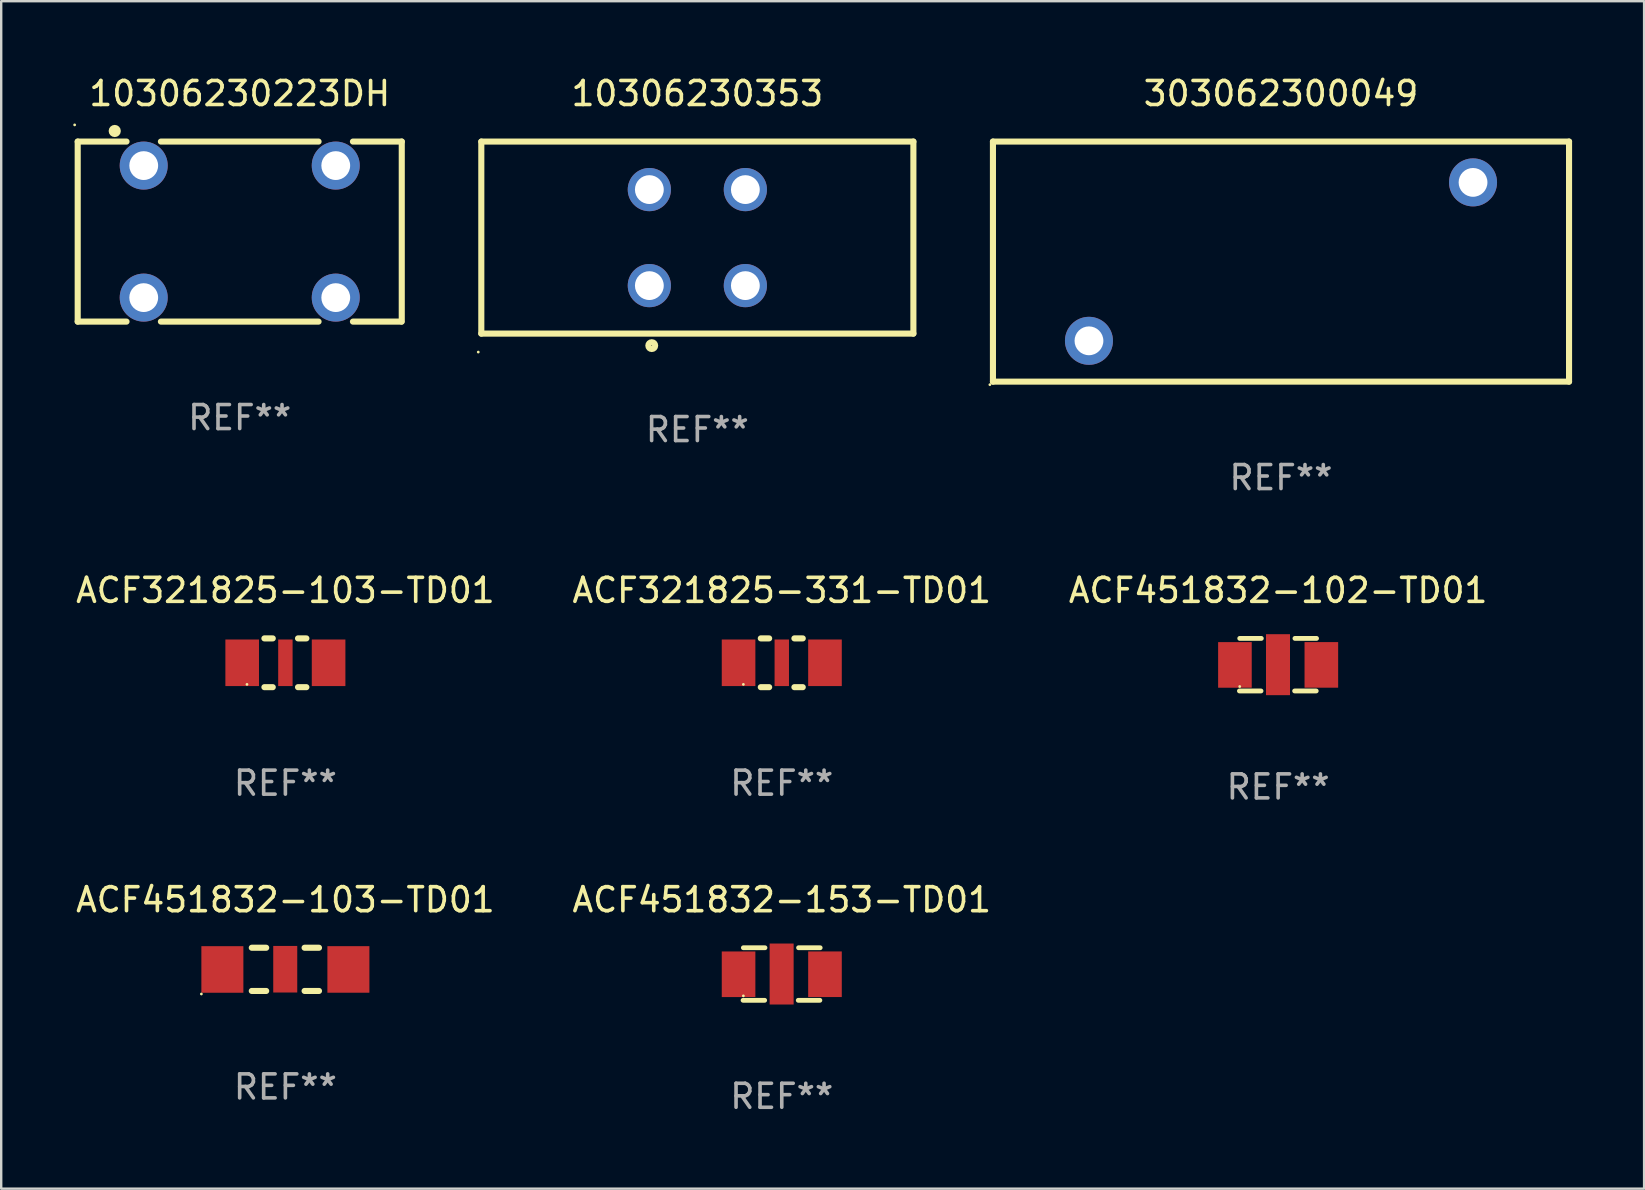
<source format=kicad_pcb>
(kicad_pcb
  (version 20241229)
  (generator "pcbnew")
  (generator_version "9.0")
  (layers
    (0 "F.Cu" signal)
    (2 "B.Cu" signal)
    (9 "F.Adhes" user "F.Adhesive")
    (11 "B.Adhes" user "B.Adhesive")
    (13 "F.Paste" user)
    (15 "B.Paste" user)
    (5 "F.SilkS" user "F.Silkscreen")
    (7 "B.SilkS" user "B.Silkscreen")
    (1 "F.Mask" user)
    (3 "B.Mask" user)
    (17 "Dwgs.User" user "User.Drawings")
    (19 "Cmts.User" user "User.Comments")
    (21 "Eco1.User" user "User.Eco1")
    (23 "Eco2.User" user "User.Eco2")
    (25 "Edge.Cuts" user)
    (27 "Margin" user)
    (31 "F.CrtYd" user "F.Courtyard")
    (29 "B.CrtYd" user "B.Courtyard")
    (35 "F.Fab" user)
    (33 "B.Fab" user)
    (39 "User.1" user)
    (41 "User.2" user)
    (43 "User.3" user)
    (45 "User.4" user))
  (footprint "10306230223DH"
    (layer "F.Cu")
    (at 6.937 6.598)
    (property "Reference" "10306230223DH" (at 0 -5.75 0) (layer "F.SilkS") (effects (font (size 1 1) (thickness 0.15))))
    (attr through_hole)
    (fp_line (start -6.75 -3.75) (end -6.75 3.75) (stroke (width 0.254) (type solid)) (layer "F.SilkS"))
    (fp_line (start -6.75 -3.75) (end -4.716 -3.75) (stroke (width 0.254) (type solid)) (layer "F.SilkS"))
    (fp_line (start -6.75 3.75) (end -4.716 3.75) (stroke (width 0.254) (type solid)) (layer "F.SilkS"))
    (fp_line (start -3.284 -3.75) (end 3.284 -3.75) (stroke (width 0.254) (type solid)) (layer "F.SilkS"))
    (fp_line (start -3.284 3.75) (end 3.284 3.75) (stroke (width 0.254) (type solid)) (layer "F.SilkS"))
    (fp_line (start 4.716 -3.75) (end 6.75 -3.75) (stroke (width 0.254) (type solid)) (layer "F.SilkS"))
    (fp_line (start 4.716 3.75) (end 6.731 3.75) (stroke (width 0.254) (type solid)) (layer "F.SilkS"))
    (fp_line (start 6.75 -3.75) (end 6.75 3.75) (stroke (width 0.254) (type solid)) (layer "F.SilkS"))
    (fp_circle (center -6.877 -4.445) (end -6.847 -4.445) (stroke (width 0.06) (type solid)) (fill no) (layer "F.SilkS"))
    (fp_circle (center -5.207 -4.191) (end -5.08 -4.191) (stroke (width 0.254) (type solid)) (fill no) (layer "F.SilkS"))
    (fp_text user "REF**" (at 0 7.75 0) (layer "F.Fab") (effects (font (size 1 1) (thickness 0.15))))
    (pad "1" thru_hole circle (at -4 -2.75) (size 2 2) (drill 1.2) (layers "*.Cu" "*.Mask"))
    (pad "2" thru_hole circle (at 4 -2.75) (size 2 2) (drill 1.2) (layers "*.Cu" "*.Mask"))
    (pad "3" thru_hole circle (at 4 2.75) (size 2 2) (drill 1.2) (layers "*.Cu" "*.Mask"))
    (pad "4" thru_hole circle (at -4 2.75) (size 2 2) (drill 1.2) (layers "*.Cu" "*.Mask")))
  (footprint "ACF451832-102-TD01"
    (layer "F.Cu")
    (at 50.196 24.64)
    (property "Reference" "ACF451832-102-TD01" (at 0 -3.095 0) (layer "F.SilkS") (effects (font (size 1 1) (thickness 0.15))))
    (attr through_hole)
    (fp_line (start -0.713 1.095) (end -1.613 1.095) (stroke (width 0.2) (type solid)) (layer "F.SilkS"))
    (fp_line (start -0.7 -1.095) (end -1.6 -1.095) (stroke (width 0.2) (type solid)) (layer "F.SilkS"))
    (fp_line (start 0.687 1.095) (end 1.587 1.095) (stroke (width 0.2) (type solid)) (layer "F.SilkS"))
    (fp_line (start 0.7 -1.095) (end 1.6 -1.095) (stroke (width 0.2) (type solid)) (layer "F.SilkS"))
    (fp_circle (center -1.6 0.91) (end -1.57 0.91) (stroke (width 0.06) (type solid)) (fill no) (layer "F.SilkS"))
    (fp_text user "REF**" (at 0 5.095 0) (layer "F.Fab") (effects (font (size 1 1) (thickness 0.15))))
    (pad "1" smd rect (at -1.8 0.01 180) (size 1.4 1.9) (layers "F.Cu" "F.Mask" "F.Paste"))
    (pad "2" smd rect (at -0.006 0 180) (size 1 2.54) (layers "F.Cu" "F.Mask" "F.Paste"))
    (pad "3" smd rect (at 1.8 0.009 180) (size 1.4 1.9) (layers "F.Cu" "F.Mask" "F.Paste")))
  (footprint "ACF321825-103-TD01"
    (layer "F.Cu")
    (at 8.839 24.561)
    (property "Reference" "ACF321825-103-TD01" (at 0 -3.016 0) (layer "F.SilkS") (effects (font (size 1 1) (thickness 0.15))))
    (attr through_hole)
    (fp_line (start -0.874 -1.016) (end -0.526 -1.016) (stroke (width 0.254) (type solid)) (layer "F.SilkS"))
    (fp_line (start -0.874 1.016) (end -0.526 1.016) (stroke (width 0.254) (type solid)) (layer "F.SilkS"))
    (fp_line (start 0.526 -1.016) (end 0.874 -1.016) (stroke (width 0.254) (type solid)) (layer "F.SilkS"))
    (fp_line (start 0.526 1.016) (end 0.874 1.016) (stroke (width 0.254) (type solid)) (layer "F.SilkS"))
    (fp_circle (center -1.6 0.9) (end -1.57 0.9) (stroke (width 0.06) (type solid)) (fill no) (layer "F.SilkS"))
    (fp_text user "REF**" (at 0 5.016 0) (layer "F.Fab") (effects (font (size 1 1) (thickness 0.15))))
    (pad "1" smd rect (at -1.8 0) (size 1.4 1.94) (layers "F.Cu" "F.Mask" "F.Paste"))
    (pad "2" smd rect (at 0 0) (size 0.6 1.94) (layers "F.Cu" "F.Mask" "F.Paste"))
    (pad "3" smd rect (at 1.8 0) (size 1.4 1.94) (layers "F.Cu" "F.Mask" "F.Paste")))
  (footprint "ACF321825-331-TD01"
    (layer "F.Cu")
    (at 29.518 24.561)
    (property "Reference" "ACF321825-331-TD01" (at 0 -3.016 0) (layer "F.SilkS") (effects (font (size 1 1) (thickness 0.15))))
    (attr through_hole)
    (fp_line (start -0.874 -1.016) (end -0.526 -1.016) (stroke (width 0.254) (type solid)) (layer "F.SilkS"))
    (fp_line (start -0.874 1.016) (end -0.526 1.016) (stroke (width 0.254) (type solid)) (layer "F.SilkS"))
    (fp_line (start 0.526 -1.016) (end 0.874 -1.016) (stroke (width 0.254) (type solid)) (layer "F.SilkS"))
    (fp_line (start 0.526 1.016) (end 0.874 1.016) (stroke (width 0.254) (type solid)) (layer "F.SilkS"))
    (fp_circle (center -1.6 0.9) (end -1.57 0.9) (stroke (width 0.06) (type solid)) (fill no) (layer "F.SilkS"))
    (fp_text user "REF**" (at 0 5.016 0) (layer "F.Fab") (effects (font (size 1 1) (thickness 0.15))))
    (pad "1" smd rect (at -1.8 0) (size 1.4 1.94) (layers "F.Cu" "F.Mask" "F.Paste"))
    (pad "2" smd rect (at 0 0) (size 0.6 1.94) (layers "F.Cu" "F.Mask" "F.Paste"))
    (pad "3" smd rect (at 1.8 0) (size 1.4 1.94) (layers "F.Cu" "F.Mask" "F.Paste")))
  (footprint "ACF451832-153-TD01"
    (layer "F.Cu")
    (at 29.518 37.527)
    (property "Reference" "ACF451832-153-TD01" (at 0 -3.095 0) (layer "F.SilkS") (effects (font (size 1 1) (thickness 0.15))))
    (attr through_hole)
    (fp_line (start -0.713 1.095) (end -1.613 1.095) (stroke (width 0.2) (type solid)) (layer "F.SilkS"))
    (fp_line (start -0.7 -1.095) (end -1.6 -1.095) (stroke (width 0.2) (type solid)) (layer "F.SilkS"))
    (fp_line (start 0.687 1.095) (end 1.587 1.095) (stroke (width 0.2) (type solid)) (layer "F.SilkS"))
    (fp_line (start 0.7 -1.095) (end 1.6 -1.095) (stroke (width 0.2) (type solid)) (layer "F.SilkS"))
    (fp_circle (center -1.6 0.91) (end -1.57 0.91) (stroke (width 0.06) (type solid)) (fill no) (layer "F.SilkS"))
    (fp_text user "REF**" (at 0 5.095 0) (layer "F.Fab") (effects (font (size 1 1) (thickness 0.15))))
    (pad "1" smd rect (at -1.8 0.01 180) (size 1.4 1.9) (layers "F.Cu" "F.Mask" "F.Paste"))
    (pad "2" smd rect (at -0.006 0 180) (size 1 2.54) (layers "F.Cu" "F.Mask" "F.Paste"))
    (pad "3" smd rect (at 1.8 0.009 180) (size 1.4 1.9) (layers "F.Cu" "F.Mask" "F.Paste")))
  (footprint "10306230353"
    (layer "F.Cu")
    (at 26.001 6.848)
    (property "Reference" "10306230353" (at 0 -6 0) (layer "F.SilkS") (effects (font (size 1 1) (thickness 0.15))))
    (attr through_hole)
    (fp_line (start -9 -4) (end -9 4) (stroke (width 0.254) (type solid)) (layer "F.SilkS"))
    (fp_line (start -9 -4) (end 9 -4) (stroke (width 0.254) (type solid)) (layer "F.SilkS"))
    (fp_line (start -9 4) (end 9 4) (stroke (width 0.254) (type solid)) (layer "F.SilkS"))
    (fp_line (start 9 -4) (end 9 4) (stroke (width 0.254) (type solid)) (layer "F.SilkS"))
    (fp_circle (center -9.127 4.769) (end -9.097 4.769) (stroke (width 0.06) (type solid)) (fill no) (layer "F.SilkS"))
    (fp_circle (center -1.9 4.5) (end -1.758 4.5) (stroke (width 0.254) (type solid)) (fill no) (layer "F.SilkS"))
    (fp_text user "REF**" (at 0 8 0) (layer "F.Fab") (effects (font (size 1 1) (thickness 0.15))))
    (pad "1" thru_hole circle (at -2 2) (size 1.8 1.8) (drill 1.2) (layers "*.Cu" "*.Mask"))
    (pad "2" thru_hole circle (at -2 -2) (size 1.8 1.8) (drill 1.2) (layers "*.Cu" "*.Mask"))
    (pad "3" thru_hole circle (at 2 2) (size 1.8 1.8) (drill 1.2) (layers "*.Cu" "*.Mask"))
    (pad "4" thru_hole circle (at 2 -2) (size 1.8 1.8) (drill 1.2) (layers "*.Cu" "*.Mask")))
  (footprint "ACF451832-103-TD01"
    (layer "F.Cu")
    (at 8.839 37.332)
    (property "Reference" "ACF451832-103-TD01" (at 0 -2.9 0) (layer "F.SilkS") (effects (font (size 1 1) (thickness 0.15))))
    (attr through_hole)
    (fp_line (start -1.4 -0.9) (end -0.8 -0.9) (stroke (width 0.254) (type solid)) (layer "F.SilkS"))
    (fp_line (start -1.4 0.9) (end -0.8 0.9) (stroke (width 0.254) (type solid)) (layer "F.SilkS"))
    (fp_line (start 0.8 0.9) (end 1.4 0.9) (stroke (width 0.254) (type solid)) (layer "F.SilkS"))
    (fp_line (start 0.8 -0.9) (end 1.4 -0.9) (stroke (width 0.254) (type solid)) (layer "F.SilkS"))
    (fp_circle (center -3.5 1.027) (end -3.47 1.027) (stroke (width 0.06) (type solid)) (fill no) (layer "F.SilkS"))
    (fp_text user "REF**" (at 0 4.9 0) (layer "F.Fab") (effects (font (size 1 1) (thickness 0.15))))
    (pad "1" smd rect (at -2.625 0.005 180) (size 1.75 1.94) (layers "F.Cu" "F.Mask" "F.Paste"))
    (pad "2" smd rect (at -0.006 -0.005 180) (size 1 1.94) (layers "F.Cu" "F.Mask" "F.Paste"))
    (pad "3" smd rect (at 2.625 0.004 180) (size 1.75 1.94) (layers "F.Cu" "F.Mask" "F.Paste")))
  (footprint "303062300049"
    (layer "F.Cu")
    (at 50.315 7.848)
    (property "Reference" "303062300049" (at 0 -7 0) (layer "F.SilkS") (effects (font (size 1 1) (thickness 0.15))))
    (attr through_hole)
    (fp_line (start -12 -5) (end -12 5) (stroke (width 0.254) (type solid)) (layer "F.SilkS"))
    (fp_line (start -12 -5) (end 12 -5) (stroke (width 0.254) (type solid)) (layer "F.SilkS"))
    (fp_line (start -12 5) (end 12 5) (stroke (width 0.254) (type solid)) (layer "F.SilkS"))
    (fp_line (start 12 -5) (end 12 5) (stroke (width 0.254) (type solid)) (layer "F.SilkS"))
    (fp_circle (center -12.127 5.127) (end -12.097 5.127) (stroke (width 0.06) (type solid)) (fill no) (layer "F.SilkS"))
    (fp_text user "REF**" (at 0 9 0) (layer "F.Fab") (effects (font (size 1 1) (thickness 0.15))))
    (pad "1" thru_hole circle (at -8 3.3) (size 2 2) (drill 1.2) (layers "*.Cu" "*.Mask"))
    (pad "2" thru_hole circle (at 8 -3.3) (size 2 2) (drill 1.2) (layers "*.Cu" "*.Mask")))
  (gr_rect
    (start -3 -3)
    (end 65.442 46.47)
    (stroke (width 0.1) (type default))
    (fill no)
    (layer "Edge.Cuts")))
</source>
